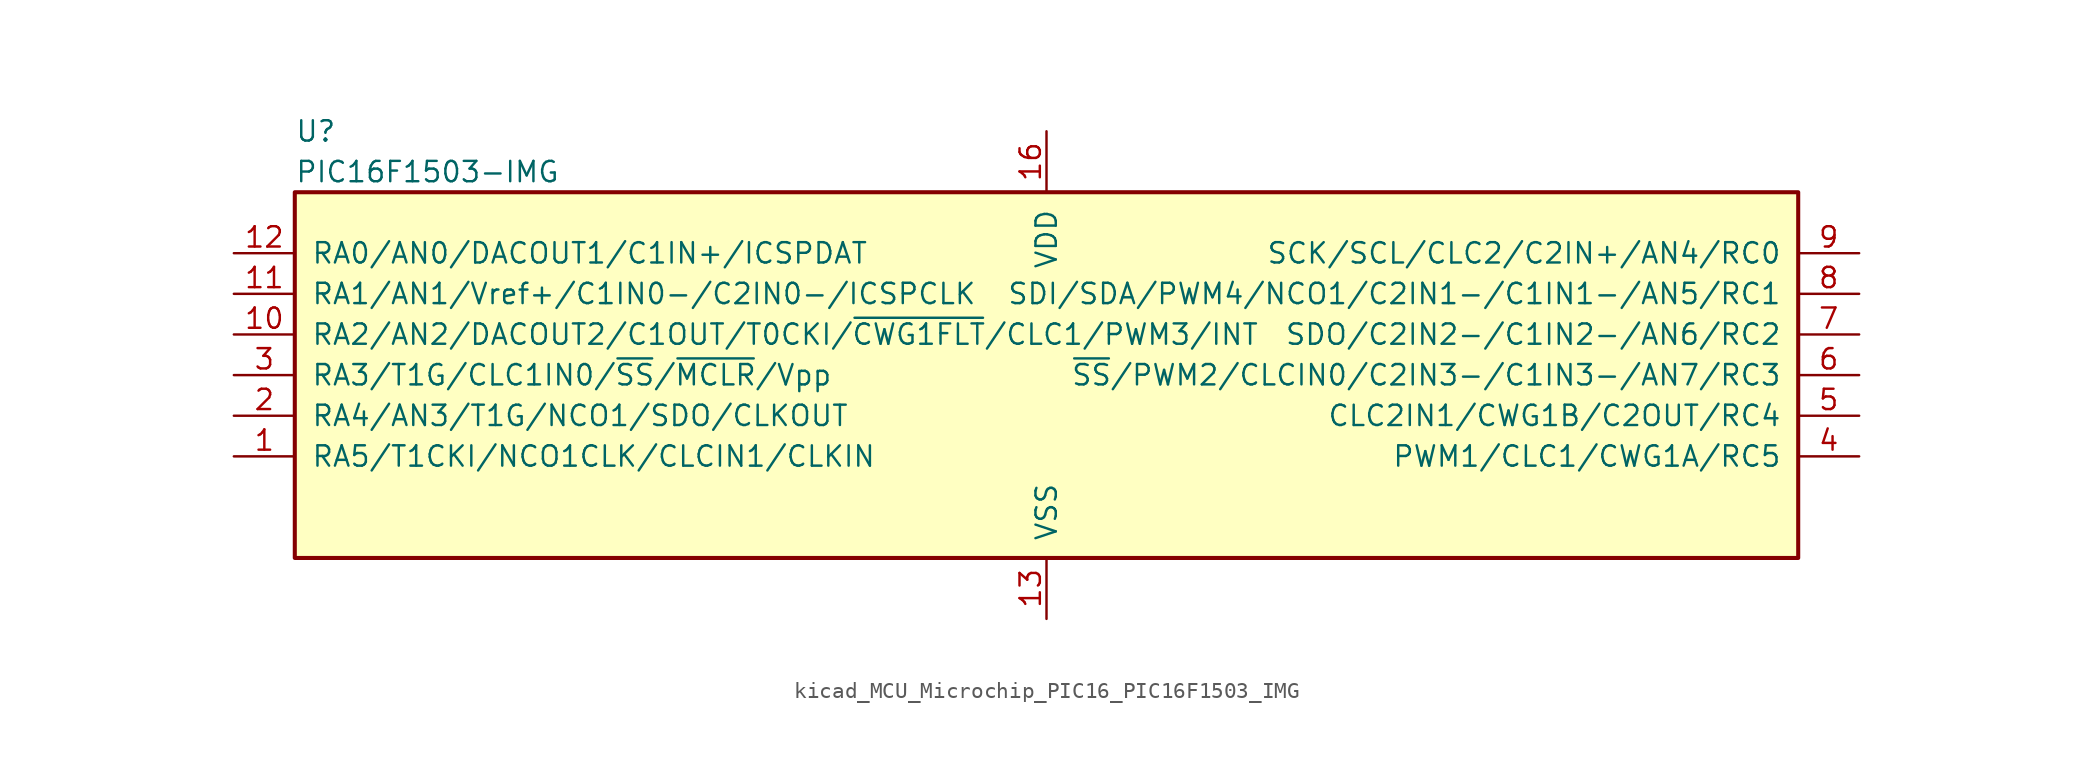
<source format=kicad_sym>
(kicad_symbol_lib
  (version 20220914)
  (generator kicad_symbol_editor)
  (symbol "kicad_MCU_Microchip_PIC16_PIC16F1503_IMG"
    (pin_names
      (offset 1.016))
    (property "Reference" "U"
      (at -46.99 15.24 0)
      (effects (font (size 1.27 1.27)) (justify left)))
    (property "Value" "PIC16F1503-IMG"
      (at -46.99 12.7 0)
      (effects (font (size 1.27 1.27)) (justify left)))
    (symbol "kicad_MCU_Microchip_PIC16_PIC16F1503_IMG_0_1"
      (rectangle (start -46.99 11.43) (end 46.99 -11.43) (stroke (width 0.254) (type default)) (fill (type background))))
    (symbol "kicad_MCU_Microchip_PIC16_PIC16F1503_IMG_1_1"
      (pin bidirectional line (at -50.8 -5.08 0) (length 3.81) (name "RA5/T1CKI/NCO1CLK/CLCIN1/CLKIN" (effects (font (size 1.27 1.27)))) (number "1" (effects (font (size 1.27 1.27)))))
      (pin bidirectional line (at -50.8 2.54 0) (length 3.81) (name "RA2/AN2/DACOUT2/C1OUT/T0CKI/~{CWG1FLT}/CLC1/PWM3/INT" (effects (font (size 1.27 1.27)))) (number "10" (effects (font (size 1.27 1.27)))))
      (pin bidirectional line (at -50.8 5.08 0) (length 3.81) (name "RA1/AN1/Vref+/C1IN0-/C2IN0-/ICSPCLK" (effects (font (size 1.27 1.27)))) (number "11" (effects (font (size 1.27 1.27)))))
      (pin bidirectional line (at -50.8 7.62 0) (length 3.81) (name "RA0/AN0/DACOUT1/C1IN+/ICSPDAT" (effects (font (size 1.27 1.27)))) (number "12" (effects (font (size 1.27 1.27)))))
      (pin power_in line (at 0 -15.24 90) (length 3.81) (name "VSS" (effects (font (size 1.27 1.27)))) (number "13" (effects (font (size 1.27 1.27)))))
      (pin power_in line (at 0 15.24 270) (length 3.81) (name "VDD" (effects (font (size 1.27 1.27)))) (number "16" (effects (font (size 1.27 1.27)))))
      (pin bidirectional line (at -50.8 -2.54 0) (length 3.81) (name "RA4/AN3/T1G/NCO1/SDO/CLKOUT" (effects (font (size 1.27 1.27)))) (number "2" (effects (font (size 1.27 1.27)))))
      (pin input line (at -50.8 0 0) (length 3.81) (name "RA3/T1G/CLC1IN0/~{SS}/~{MCLR}/Vpp" (effects (font (size 1.27 1.27)))) (number "3" (effects (font (size 1.27 1.27)))))
      (pin bidirectional line (at 50.8 -5.08 180) (length 3.81) (name "PWM1/CLC1/CWG1A/RC5" (effects (font (size 1.27 1.27)))) (number "4" (effects (font (size 1.27 1.27)))))
      (pin bidirectional line (at 50.8 -2.54 180) (length 3.81) (name "CLC2IN1/CWG1B/C2OUT/RC4" (effects (font (size 1.27 1.27)))) (number "5" (effects (font (size 1.27 1.27)))))
      (pin bidirectional line (at 50.8 0 180) (length 3.81) (name "~{SS}/PWM2/CLCIN0/C2IN3-/C1IN3-/AN7/RC3" (effects (font (size 1.27 1.27)))) (number "6" (effects (font (size 1.27 1.27)))))
      (pin bidirectional line (at 50.8 2.54 180) (length 3.81) (name "SDO/C2IN2-/C1IN2-/AN6/RC2" (effects (font (size 1.27 1.27)))) (number "7" (effects (font (size 1.27 1.27)))))
      (pin bidirectional line (at 50.8 5.08 180) (length 3.81) (name "SDI/SDA/PWM4/NCO1/C2IN1-/C1IN1-/AN5/RC1" (effects (font (size 1.27 1.27)))) (number "8" (effects (font (size 1.27 1.27)))))
      (pin bidirectional line (at 50.8 7.62 180) (length 3.81) (name "SCK/SCL/CLC2/C2IN+/AN4/RC0" (effects (font (size 1.27 1.27)))) (number "9" (effects (font (size 1.27 1.27))))))))
</source>
